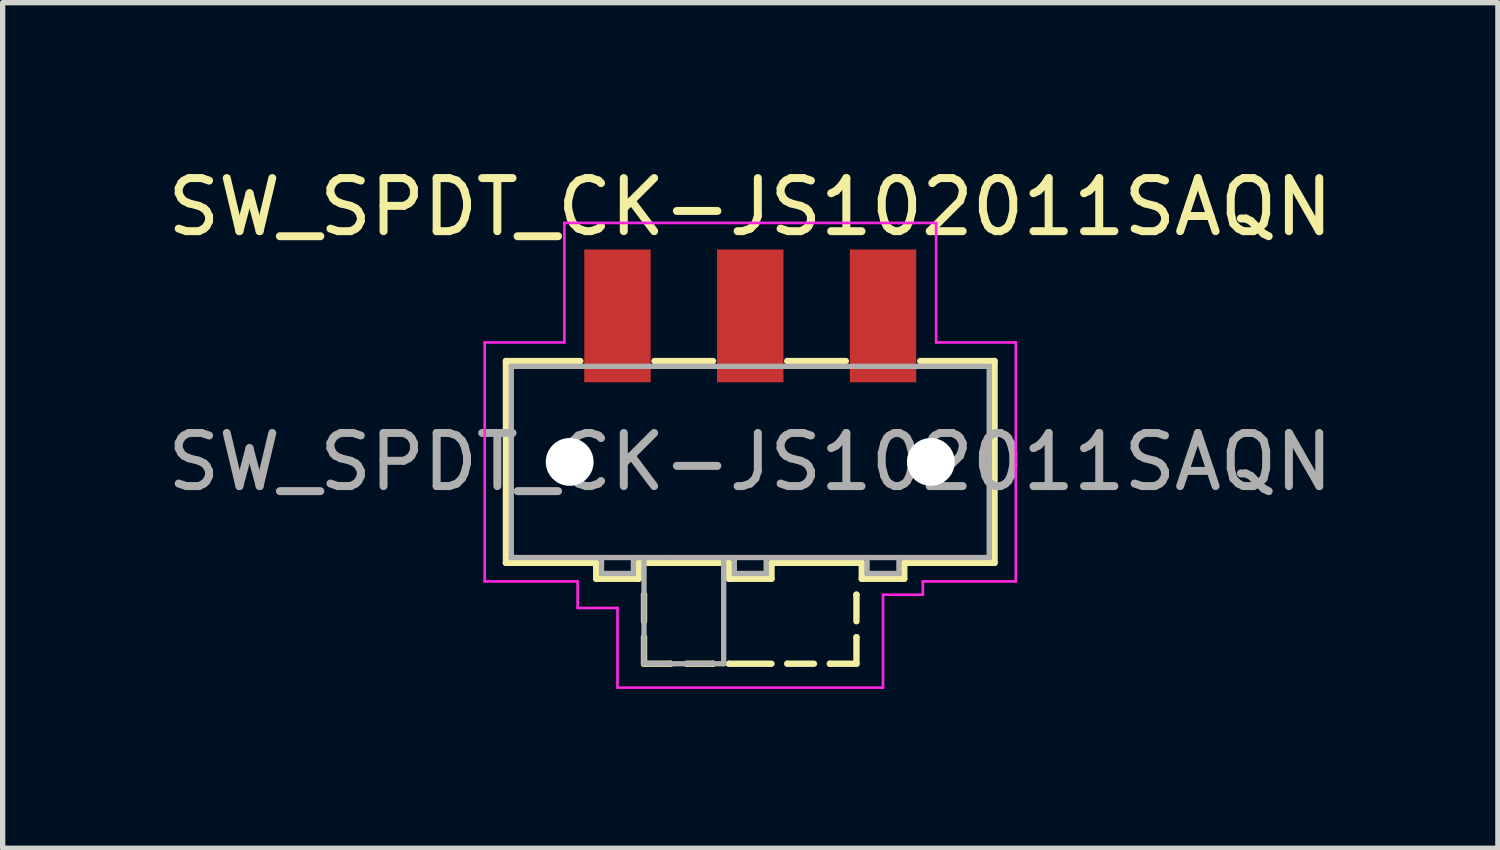
<source format=kicad_pcb>
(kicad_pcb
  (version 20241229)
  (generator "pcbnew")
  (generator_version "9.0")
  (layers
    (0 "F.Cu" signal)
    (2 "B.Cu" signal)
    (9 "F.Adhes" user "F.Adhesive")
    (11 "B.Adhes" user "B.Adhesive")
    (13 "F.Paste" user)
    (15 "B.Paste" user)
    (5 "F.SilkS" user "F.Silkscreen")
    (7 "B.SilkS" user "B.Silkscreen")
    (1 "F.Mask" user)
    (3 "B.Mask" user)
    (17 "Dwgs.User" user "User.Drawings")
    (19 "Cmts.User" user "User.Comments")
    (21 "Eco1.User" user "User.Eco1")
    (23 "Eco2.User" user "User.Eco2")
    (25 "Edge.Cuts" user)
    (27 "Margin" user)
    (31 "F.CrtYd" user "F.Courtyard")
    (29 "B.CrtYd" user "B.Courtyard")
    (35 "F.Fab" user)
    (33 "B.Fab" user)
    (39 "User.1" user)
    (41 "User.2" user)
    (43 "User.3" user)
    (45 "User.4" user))
  (footprint "SW_SPDT_CK-JS102011SAQN"
    (layer "F.Cu")
    (at 11.077 5.648)
    (property "Reference" "SW_SPDT_CK-JS102011SAQN" (at 0 -4.8 0) (layer "F.SilkS") (effects (font (size 1 1) (thickness 0.15))))
    (attr smd)
    (fp_line (start -4.6 -1.9) (end -3.2 -1.9) (stroke (width 0.12) (type solid)) (layer "F.SilkS"))
    (fp_line (start -4.6 1.9) (end -4.6 -1.9) (stroke (width 0.12) (type solid)) (layer "F.SilkS"))
    (fp_line (start -4.6 1.9) (end -4.6 1.9) (stroke (width 0.12) (type solid)) (layer "F.SilkS"))
    (fp_line (start -2.9 1.9) (end -4.6 1.9) (stroke (width 0.12) (type solid)) (layer "F.SilkS"))
    (fp_line (start -2.9 2.2) (end -2.9 1.9) (stroke (width 0.12) (type solid)) (layer "F.SilkS"))
    (fp_line (start -2.1 1.9) (end -2.1 2.2) (stroke (width 0.12) (type solid)) (layer "F.SilkS"))
    (fp_line (start -2.1 2.2) (end -2.9 2.2) (stroke (width 0.12) (type solid)) (layer "F.SilkS"))
    (fp_line (start -2 2.5) (end -2 2.5) (stroke (width 0.12) (type solid)) (layer "F.SilkS"))
    (fp_line (start -2 3) (end -2 2.5) (stroke (width 0.12) (type solid)) (layer "F.SilkS"))
    (fp_line (start -2 3.3) (end -2 3.3) (stroke (width 0.12) (type solid)) (layer "F.SilkS"))
    (fp_line (start -2 3.8) (end -2 3.3) (stroke (width 0.12) (type solid)) (layer "F.SilkS"))
    (fp_line (start -2 3.8) (end -1.5 3.8) (stroke (width 0.12) (type solid)) (layer "F.SilkS"))
    (fp_line (start -1.8 -1.9) (end -1.8 -1.9) (stroke (width 0.12) (type solid)) (layer "F.SilkS"))
    (fp_line (start -1.5 3.8) (end -1.5 3.8) (stroke (width 0.12) (type solid)) (layer "F.SilkS"))
    (fp_line (start -1.2 3.8) (end -0.7 3.8) (stroke (width 0.12) (type solid)) (layer "F.SilkS"))
    (fp_line (start -0.7 -1.9) (end -1.8 -1.9) (stroke (width 0.12) (type solid)) (layer "F.SilkS"))
    (fp_line (start -0.7 3.8) (end -0.7 3.8) (stroke (width 0.12) (type solid)) (layer "F.SilkS"))
    (fp_line (start -0.4 1.9) (end -2.1 1.9) (stroke (width 0.12) (type solid)) (layer "F.SilkS"))
    (fp_line (start -0.4 2.2) (end -0.4 1.9) (stroke (width 0.12) (type solid)) (layer "F.SilkS"))
    (fp_line (start -0.4 3.8) (end -0.4 3.8) (stroke (width 0.12) (type solid)) (layer "F.SilkS"))
    (fp_line (start 0.4 1.9) (end 0.4 2.2) (stroke (width 0.12) (type solid)) (layer "F.SilkS"))
    (fp_line (start 0.4 2.2) (end -0.4 2.2) (stroke (width 0.12) (type solid)) (layer "F.SilkS"))
    (fp_line (start 0.4 3.8) (end -0.4 3.8) (stroke (width 0.12) (type solid)) (layer "F.SilkS"))
    (fp_line (start 0.7 -1.9) (end 0.7 -1.9) (stroke (width 0.12) (type solid)) (layer "F.SilkS"))
    (fp_line (start 0.7 3.8) (end 0.7 3.8) (stroke (width 0.12) (type solid)) (layer "F.SilkS"))
    (fp_line (start 1.2 3.8) (end 0.7 3.8) (stroke (width 0.12) (type solid)) (layer "F.SilkS"))
    (fp_line (start 1.5 3.8) (end 1.5 3.8) (stroke (width 0.12) (type solid)) (layer "F.SilkS"))
    (fp_line (start 1.8 -1.9) (end 0.7 -1.9) (stroke (width 0.12) (type solid)) (layer "F.SilkS"))
    (fp_line (start 2 2.5) (end 2 2.5) (stroke (width 0.12) (type solid)) (layer "F.SilkS"))
    (fp_line (start 2 3) (end 2 2.5) (stroke (width 0.12) (type solid)) (layer "F.SilkS"))
    (fp_line (start 2 3.3) (end 2 3.3) (stroke (width 0.12) (type solid)) (layer "F.SilkS"))
    (fp_line (start 2 3.8) (end 1.5 3.8) (stroke (width 0.12) (type solid)) (layer "F.SilkS"))
    (fp_line (start 2 3.8) (end 2 3.3) (stroke (width 0.12) (type solid)) (layer "F.SilkS"))
    (fp_line (start 2.1 1.9) (end 0.4 1.9) (stroke (width 0.12) (type solid)) (layer "F.SilkS"))
    (fp_line (start 2.1 2.2) (end 2.1 1.9) (stroke (width 0.12) (type solid)) (layer "F.SilkS"))
    (fp_line (start 2.9 1.9) (end 2.9 2.2) (stroke (width 0.12) (type solid)) (layer "F.SilkS"))
    (fp_line (start 2.9 2.2) (end 2.1 2.2) (stroke (width 0.12) (type solid)) (layer "F.SilkS"))
    (fp_line (start 3.2 -1.9) (end 4.6 -1.9) (stroke (width 0.12) (type solid)) (layer "F.SilkS"))
    (fp_line (start 4.6 -1.9) (end 4.6 1.9) (stroke (width 0.12) (type solid)) (layer "F.SilkS"))
    (fp_line (start 4.6 1.9) (end 2.9 1.9) (stroke (width 0.12) (type solid)) (layer "F.SilkS"))
    (fp_line (start -5 -2.25) (end -5 -2.25) (stroke (width 0.05) (type solid)) (layer "F.CrtYd"))
    (fp_line (start -5 -2.25) (end -5 2.25) (stroke (width 0.05) (type solid)) (layer "F.CrtYd"))
    (fp_line (start -5 2.25) (end -3.25 2.25) (stroke (width 0.05) (type solid)) (layer "F.CrtYd"))
    (fp_line (start -3.5 -4.5) (end -3.5 -2.25) (stroke (width 0.05) (type solid)) (layer "F.CrtYd"))
    (fp_line (start -3.5 -2.25) (end -5 -2.25) (stroke (width 0.05) (type solid)) (layer "F.CrtYd"))
    (fp_line (start -3.25 2.25) (end -3.25 2.75) (stroke (width 0.05) (type solid)) (layer "F.CrtYd"))
    (fp_line (start -3.25 2.75) (end -2.5 2.75) (stroke (width 0.05) (type solid)) (layer "F.CrtYd"))
    (fp_line (start -2.5 2.75) (end -2.5 4.25) (stroke (width 0.05) (type solid)) (layer "F.CrtYd"))
    (fp_line (start -2.5 4.25) (end 2.5 4.25) (stroke (width 0.05) (type solid)) (layer "F.CrtYd"))
    (fp_line (start 2.5 2.5) (end 3.25 2.5) (stroke (width 0.05) (type solid)) (layer "F.CrtYd"))
    (fp_line (start 2.5 4.25) (end 2.5 2.5) (stroke (width 0.05) (type solid)) (layer "F.CrtYd"))
    (fp_line (start 3.25 2.25) (end 5 2.25) (stroke (width 0.05) (type solid)) (layer "F.CrtYd"))
    (fp_line (start 3.25 2.5) (end 3.25 2.25) (stroke (width 0.05) (type solid)) (layer "F.CrtYd"))
    (fp_line (start 3.5 -4.5) (end -3.5 -4.5) (stroke (width 0.05) (type solid)) (layer "F.CrtYd"))
    (fp_line (start 3.5 -2.25) (end 3.5 -4.5) (stroke (width 0.05) (type solid)) (layer "F.CrtYd"))
    (fp_line (start 5 -2.25) (end 3.5 -2.25) (stroke (width 0.05) (type solid)) (layer "F.CrtYd"))
    (fp_line (start 5 2.25) (end 5 -2.25) (stroke (width 0.05) (type solid)) (layer "F.CrtYd"))
    (fp_line (start -4.5 -1.8) (end -4.5 1.8) (stroke (width 0.1) (type solid)) (layer "F.Fab"))
    (fp_line (start -4.5 -1.8) (end 4.5 -1.8) (stroke (width 0.1) (type solid)) (layer "F.Fab"))
    (fp_line (start -4.5 1.8) (end -4.5 1.8) (stroke (width 0.1) (type solid)) (layer "F.Fab"))
    (fp_line (start -4.5 1.8) (end -4.5 1.8) (stroke (width 0.1) (type solid)) (layer "F.Fab"))
    (fp_line (start -4.4 1.8) (end -4.5 1.8) (stroke (width 0.1) (type solid)) (layer "F.Fab"))
    (fp_line (start -2.8 1.8) (end -2.8 1.8) (stroke (width 0.1) (type solid)) (layer "F.Fab"))
    (fp_line (start -2.8 2.1) (end -2.8 1.8) (stroke (width 0.1) (type solid)) (layer "F.Fab"))
    (fp_line (start -2.2 1.8) (end -2.2 2.1) (stroke (width 0.1) (type solid)) (layer "F.Fab"))
    (fp_line (start -2.2 2.1) (end -2.8 2.1) (stroke (width 0.1) (type solid)) (layer "F.Fab"))
    (fp_line (start -2 1.8) (end -2 1.8) (stroke (width 0.1) (type solid)) (layer "F.Fab"))
    (fp_line (start -2 3.8) (end -2 1.8) (stroke (width 0.1) (type solid)) (layer "F.Fab"))
    (fp_line (start -1.5 1.8) (end -1.5 1.8) (stroke (width 0.1) (type solid)) (layer "F.Fab"))
    (fp_line (start -0.5 1.8) (end -0.5 3.8) (stroke (width 0.1) (type solid)) (layer "F.Fab"))
    (fp_line (start -0.5 3.8) (end -2 3.8) (stroke (width 0.1) (type solid)) (layer "F.Fab"))
    (fp_line (start -0.3 1.8) (end -0.3 1.8) (stroke (width 0.1) (type solid)) (layer "F.Fab"))
    (fp_line (start -0.3 2.1) (end -0.3 1.8) (stroke (width 0.1) (type solid)) (layer "F.Fab"))
    (fp_line (start 0.3 1.8) (end 0.3 2.1) (stroke (width 0.1) (type solid)) (layer "F.Fab"))
    (fp_line (start 0.3 2.1) (end -0.3 2.1) (stroke (width 0.1) (type solid)) (layer "F.Fab"))
    (fp_line (start 2.2 1.8) (end 2.2 2.1) (stroke (width 0.1) (type solid)) (layer "F.Fab"))
    (fp_line (start 2.2 2.1) (end 2.8 2.1) (stroke (width 0.1) (type solid)) (layer "F.Fab"))
    (fp_line (start 2.8 1.8) (end 2.8 1.8) (stroke (width 0.1) (type solid)) (layer "F.Fab"))
    (fp_line (start 2.8 2.1) (end 2.8 1.8) (stroke (width 0.1) (type solid)) (layer "F.Fab"))
    (fp_line (start 4.5 -1.8) (end 4.5 1.8) (stroke (width 0.1) (type solid)) (layer "F.Fab"))
    (fp_line (start 4.5 1.8) (end -4.4 1.8) (stroke (width 0.1) (type solid)) (layer "F.Fab"))
    (fp_text user "${REFERENCE}" (at 0 0 0) (layer "F.Fab") (effects (font (size 1 1) (thickness 0.15))))
    (pad "" np_thru_hole circle (at -3.4 0) (size 0.9 0.9) (drill 0.9) (layers "*.Cu" "*.Mask"))
    (pad "" np_thru_hole circle (at 3.4 0) (size 0.9 0.9) (drill 0.9) (layers "*.Cu" "*.Mask"))
    (pad "1" smd rect (at -2.5 -2.75) (size 1.25 2.5) (layers "F.Cu" "F.Mask" "F.Paste"))
    (pad "2" smd rect (at 0 -2.75) (size 1.25 2.5) (layers "F.Cu" "F.Mask" "F.Paste"))
    (pad "3" smd rect (at 2.5 -2.75) (size 1.25 2.5) (layers "F.Cu" "F.Mask" "F.Paste")))
  (gr_rect
    (start -3 -3)
    (end 25.155 12.923)
    (stroke (width 0.1) (type default))
    (fill no)
    (layer "Edge.Cuts")))
</source>
